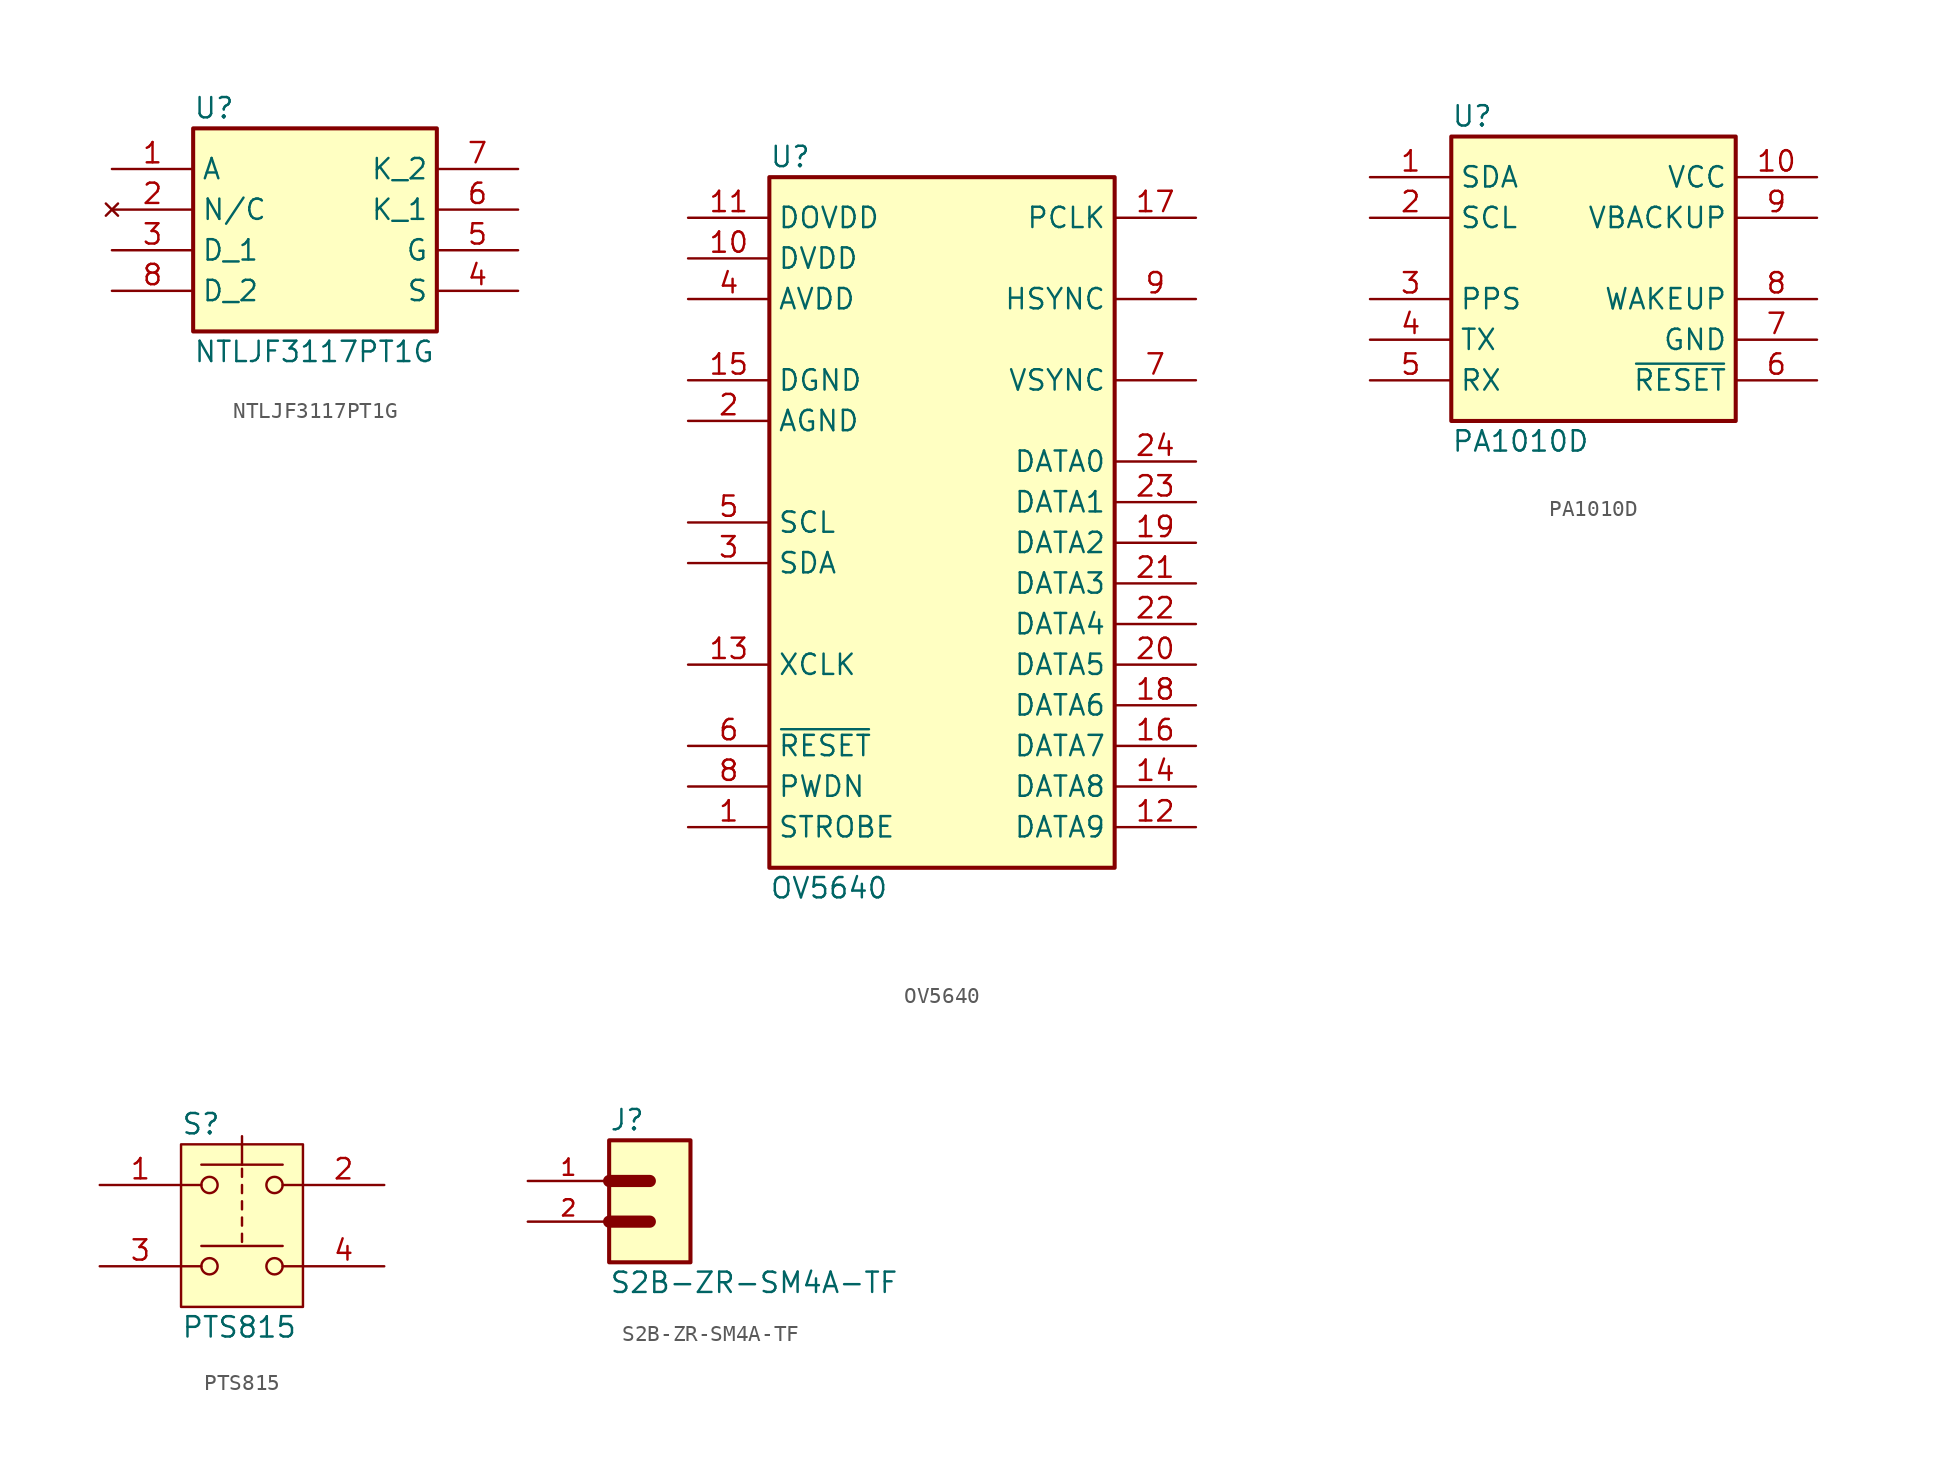
<source format=kicad_sym>
(kicad_symbol_lib
  (version 20231120)
  (generator "kicad_symbol_editor")
  (generator_version "8.0")
  (symbol "NTLJF3117PT1G"
    (property "Reference" "U"
      (at 0 1.27 0)
      (do_not_autoplace)
      (effects (font (size 1.27 1.27)) (justify left)))
    (property "Value" "NTLJF3117PT1G"
      (at 0 -13.97 0)
      (do_not_autoplace)
      (effects (font (size 1.27 1.27)) (justify left)))
    (symbol "NTLJF3117PT1G_1_1"
      (rectangle (start 0 0) (end 15.24 -12.7) (stroke (width 0.254) (type default)) (fill (type background)))
      (pin unspecified line (at -5.08 -2.54 0) (length 5.08) (name "A" (effects (font (size 1.27 1.27)))) (number "1" (effects (font (size 1.27 1.27)))))
      (pin no_connect line (at -5.08 -5.08 0) (length 5.08) (name "N/C" (effects (font (size 1.27 1.27)))) (number "2" (effects (font (size 1.27 1.27)))))
      (pin unspecified line (at -5.08 -7.62 0) (length 5.08) (name "D_1" (effects (font (size 1.27 1.27)))) (number "3" (effects (font (size 1.27 1.27)))))
      (pin unspecified line (at 20.32 -10.16 180) (length 5.08) (name "S" (effects (font (size 1.27 1.27)))) (number "4" (effects (font (size 1.27 1.27)))))
      (pin unspecified line (at 20.32 -7.62 180) (length 5.08) (name "G" (effects (font (size 1.27 1.27)))) (number "5" (effects (font (size 1.27 1.27)))))
      (pin unspecified line (at 20.32 -5.08 180) (length 5.08) (name "K_1" (effects (font (size 1.27 1.27)))) (number "6" (effects (font (size 1.27 1.27)))))
      (pin unspecified line (at 20.32 -2.54 180) (length 5.08) (name "K_2" (effects (font (size 1.27 1.27)))) (number "7" (effects (font (size 1.27 1.27)))))
      (pin unspecified line (at -5.08 -10.16 0) (length 5.08) (name "D_2" (effects (font (size 1.27 1.27)))) (number "8" (effects (font (size 1.27 1.27)))))))
  (symbol "OV5640"
    (property "Reference" "U"
      (at 0 1.27 0)
      (do_not_autoplace)
      (effects (font (size 1.27 1.27)) (justify left)))
    (property "Value" "OV5640"
      (at 0 -44.45 0)
      (do_not_autoplace)
      (effects (font (size 1.27 1.27)) (justify left)))
    (symbol "OV5640_1_1"
      (rectangle (start 0 0) (end 21.59 -43.18) (stroke (width 0.254) (type default)) (fill (type background)))
      (pin unspecified line (at -5.08 -40.64 0) (length 5.08) (name "STROBE" (effects (font (size 1.27 1.27)))) (number "1" (effects (font (size 1.27 1.27)))))
      (pin unspecified line (at -5.08 -5.08 0) (length 5.08) (name "DVDD" (effects (font (size 1.27 1.27)))) (number "10" (effects (font (size 1.27 1.27)))))
      (pin unspecified line (at -5.08 -2.54 0) (length 5.08) (name "DOVDD" (effects (font (size 1.27 1.27)))) (number "11" (effects (font (size 1.27 1.27)))))
      (pin unspecified line (at 26.67 -40.64 180) (length 5.08) (name "DATA9" (effects (font (size 1.27 1.27)))) (number "12" (effects (font (size 1.27 1.27)))))
      (pin unspecified line (at -5.08 -30.48 0) (length 5.08) (name "XCLK" (effects (font (size 1.27 1.27)))) (number "13" (effects (font (size 1.27 1.27)))))
      (pin unspecified line (at 26.67 -38.1 180) (length 5.08) (name "DATA8" (effects (font (size 1.27 1.27)))) (number "14" (effects (font (size 1.27 1.27)))))
      (pin unspecified line (at -5.08 -12.7 0) (length 5.08) (name "DGND" (effects (font (size 1.27 1.27)))) (number "15" (effects (font (size 1.27 1.27)))))
      (pin unspecified line (at 26.67 -35.56 180) (length 5.08) (name "DATA7" (effects (font (size 1.27 1.27)))) (number "16" (effects (font (size 1.27 1.27)))))
      (pin unspecified line (at 26.67 -2.54 180) (length 5.08) (name "PCLK" (effects (font (size 1.27 1.27)))) (number "17" (effects (font (size 1.27 1.27)))))
      (pin unspecified line (at 26.67 -33.02 180) (length 5.08) (name "DATA6" (effects (font (size 1.27 1.27)))) (number "18" (effects (font (size 1.27 1.27)))))
      (pin unspecified line (at 26.67 -22.86 180) (length 5.08) (name "DATA2" (effects (font (size 1.27 1.27)))) (number "19" (effects (font (size 1.27 1.27)))))
      (pin unspecified line (at -5.08 -15.24 0) (length 5.08) (name "AGND" (effects (font (size 1.27 1.27)))) (number "2" (effects (font (size 1.27 1.27)))))
      (pin unspecified line (at 26.67 -30.48 180) (length 5.08) (name "DATA5" (effects (font (size 1.27 1.27)))) (number "20" (effects (font (size 1.27 1.27)))))
      (pin unspecified line (at 26.67 -25.4 180) (length 5.08) (name "DATA3" (effects (font (size 1.27 1.27)))) (number "21" (effects (font (size 1.27 1.27)))))
      (pin unspecified line (at 26.67 -27.94 180) (length 5.08) (name "DATA4" (effects (font (size 1.27 1.27)))) (number "22" (effects (font (size 1.27 1.27)))))
      (pin unspecified line (at 26.67 -20.32 180) (length 5.08) (name "DATA1" (effects (font (size 1.27 1.27)))) (number "23" (effects (font (size 1.27 1.27)))))
      (pin unspecified line (at 26.67 -17.78 180) (length 5.08) (name "DATA0" (effects (font (size 1.27 1.27)))) (number "24" (effects (font (size 1.27 1.27)))))
      (pin unspecified line (at -5.08 -24.13 0) (length 5.08) (name "SDA" (effects (font (size 1.27 1.27)))) (number "3" (effects (font (size 1.27 1.27)))))
      (pin unspecified line (at -5.08 -7.62 0) (length 5.08) (name "AVDD" (effects (font (size 1.27 1.27)))) (number "4" (effects (font (size 1.27 1.27)))))
      (pin unspecified line (at -5.08 -21.59 0) (length 5.08) (name "SCL" (effects (font (size 1.27 1.27)))) (number "5" (effects (font (size 1.27 1.27)))))
      (pin unspecified line (at -5.08 -35.56 0) (length 5.08) (name "~{RESET}" (effects (font (size 1.27 1.27)))) (number "6" (effects (font (size 1.27 1.27)))))
      (pin unspecified line (at 26.67 -12.7 180) (length 5.08) (name "VSYNC" (effects (font (size 1.27 1.27)))) (number "7" (effects (font (size 1.27 1.27)))))
      (pin unspecified line (at -5.08 -38.1 0) (length 5.08) (name "PWDN" (effects (font (size 1.27 1.27)))) (number "8" (effects (font (size 1.27 1.27)))))
      (pin unspecified line (at 26.67 -7.62 180) (length 5.08) (name "HSYNC" (effects (font (size 1.27 1.27)))) (number "9" (effects (font (size 1.27 1.27)))))))
  (symbol "PA1010D"
    (property "Reference" "U"
      (at 0 1.27 0)
      (do_not_autoplace)
      (effects (font (size 1.27 1.27)) (justify left)))
    (property "Value" "PA1010D"
      (at 0 -19.05 0)
      (do_not_autoplace)
      (effects (font (size 1.27 1.27)) (justify left)))
    (symbol "PA1010D_1_1"
      (rectangle (start 0 0) (end 17.78 -17.78) (stroke (width 0.254) (type default)) (fill (type background)))
      (pin unspecified line (at -5.08 -2.54 0) (length 5.08) (name "SDA" (effects (font (size 1.27 1.27)))) (number "1" (effects (font (size 1.27 1.27)))))
      (pin unspecified line (at 22.86 -2.54 180) (length 5.08) (name "VCC" (effects (font (size 1.27 1.27)))) (number "10" (effects (font (size 1.27 1.27)))))
      (pin unspecified line (at -5.08 -5.08 0) (length 5.08) (name "SCL" (effects (font (size 1.27 1.27)))) (number "2" (effects (font (size 1.27 1.27)))))
      (pin unspecified line (at -5.08 -10.16 0) (length 5.08) (name "PPS" (effects (font (size 1.27 1.27)))) (number "3" (effects (font (size 1.27 1.27)))))
      (pin unspecified line (at -5.08 -12.7 0) (length 5.08) (name "TX" (effects (font (size 1.27 1.27)))) (number "4" (effects (font (size 1.27 1.27)))))
      (pin unspecified line (at -5.08 -15.24 0) (length 5.08) (name "RX" (effects (font (size 1.27 1.27)))) (number "5" (effects (font (size 1.27 1.27)))))
      (pin unspecified line (at 22.86 -15.24 180) (length 5.08) (name "~{RESET}" (effects (font (size 1.27 1.27)))) (number "6" (effects (font (size 1.27 1.27)))))
      (pin unspecified line (at 22.86 -12.7 180) (length 5.08) (name "GND" (effects (font (size 1.27 1.27)))) (number "7" (effects (font (size 1.27 1.27)))))
      (pin unspecified line (at 22.86 -10.16 180) (length 5.08) (name "WAKEUP" (effects (font (size 1.27 1.27)))) (number "8" (effects (font (size 1.27 1.27)))))
      (pin unspecified line (at 22.86 -5.08 180) (length 5.08) (name "VBACKUP" (effects (font (size 1.27 1.27)))) (number "9" (effects (font (size 1.27 1.27)))))))
  (symbol "PTS815"
    (property "Reference" "S"
      (at 0 1.27 0)
      (do_not_autoplace)
      (effects (font (size 1.27 1.27)) (justify left)))
    (property "Value" "PTS815"
      (at 0 -11.43 0)
      (do_not_autoplace)
      (effects (font (size 1.27 1.27)) (justify left)))
    (symbol "PTS815_0_1"
      (polyline (pts (xy 0 -7.62) (xy 1.27 -7.62)) (stroke (width 0) (type default)) (fill (type none)))
      (polyline (pts (xy 0 -2.54) (xy 1.27 -2.54)) (stroke (width 0) (type default)) (fill (type none)))
      (polyline (pts (xy 3.81 -5.588) (xy 3.81 -6.096)) (stroke (width 0) (type default)) (fill (type none)))
      (polyline (pts (xy 3.81 -4.572) (xy 3.81 -5.08)) (stroke (width 0) (type default)) (fill (type none)))
      (polyline (pts (xy 3.81 -4.064) (xy 3.81 -3.556)) (stroke (width 0) (type default)) (fill (type none)))
      (polyline (pts (xy 3.81 -3.048) (xy 3.81 -2.54)) (stroke (width 0) (type default)) (fill (type none)))
      (polyline (pts (xy 3.81 -2.032) (xy 3.81 -1.524)) (stroke (width 0) (type default)) (fill (type none)))
      (polyline (pts (xy 3.81 -1.27) (xy 3.81 0.508)) (stroke (width 0) (type default)) (fill (type none)))
      (polyline (pts (xy 6.35 -6.35) (xy 1.27 -6.35)) (stroke (width 0) (type default)) (fill (type none)))
      (polyline (pts (xy 6.35 -2.54) (xy 7.62 -2.54)) (stroke (width 0) (type default)) (fill (type none)))
      (polyline (pts (xy 6.35 -1.27) (xy 1.27 -1.27)) (stroke (width 0) (type default)) (fill (type none)))
      (polyline (pts (xy 7.62 -7.62) (xy 6.35 -7.62)) (stroke (width 0) (type default)) (fill (type none)))
      (circle (center 1.778 -7.62) (radius 0.508) (stroke (width 0) (type default)) (fill (type none)))
      (circle (center 1.778 -2.54) (radius 0.508) (stroke (width 0) (type default)) (fill (type none)))
      (circle (center 5.842 -7.62) (radius 0.508) (stroke (width 0) (type default)) (fill (type none)))
      (circle (center 5.842 -2.54) (radius 0.508) (stroke (width 0) (type default)) (fill (type none)))
      (pin unspecified line (at -5.08 -2.54 0) (length 5.08) (name "~" (effects (font (size 1.27 1.27)))) (number "1" (effects (font (size 1.27 1.27)))))
      (pin unspecified line (at 12.7 -2.54 180) (length 5.08) (name "~" (effects (font (size 1.27 1.27)))) (number "2" (effects (font (size 1.27 1.27)))))
      (pin unspecified line (at -5.08 -7.62 0) (length 5.08) (name "~" (effects (font (size 1.27 1.27)))) (number "3" (effects (font (size 1.27 1.27)))))
      (pin unspecified line (at 12.7 -7.62 180) (length 5.08) (name "~" (effects (font (size 1.27 1.27)))) (number "4" (effects (font (size 1.27 1.27))))))
    (symbol "PTS815_1_1"
      (rectangle (start 0 0) (end 7.62 -10.16) (stroke (width 0) (type default)) (fill (type background)))))
  (symbol "S2B-ZR-SM4A-TF"
    (pin_names
      (offset 1.016))
    (property "Reference" "J"
      (at 0 1.27 0)
      (do_not_autoplace)
      (effects (font (size 1.27 1.27)) (justify left)))
    (property "Value" "S2B-ZR-SM4A-TF"
      (at 0 -8.89 0)
      (do_not_autoplace)
      (effects (font (size 1.27 1.27)) (justify left)))
    (symbol "S2B-ZR-SM4A-TF_0_0"
      (polyline (pts (xy 0 -5.08) (xy 2.54 -5.08)) (stroke (width 0.762) (type default)) (fill (type none)))
      (polyline (pts (xy 0 -2.54) (xy 2.54 -2.54)) (stroke (width 0.762) (type default)) (fill (type none)))
      (rectangle (start 0 0) (end 5.08 -7.62) (stroke (width 0.254) (type default)) (fill (type background))))
    (symbol "S2B-ZR-SM4A-TF_1_0"
      (pin unspecified line (at -5.08 -2.54 0) (length 5.08) (name "~" (effects (font (size 1.016 1.016)))) (number "1" (effects (font (size 1.016 1.016)))))
      (pin unspecified line (at -5.08 -5.08 0) (length 5.08) (name "~" (effects (font (size 1.016 1.016)))) (number "2" (effects (font (size 1.016 1.016))))))))
</source>
